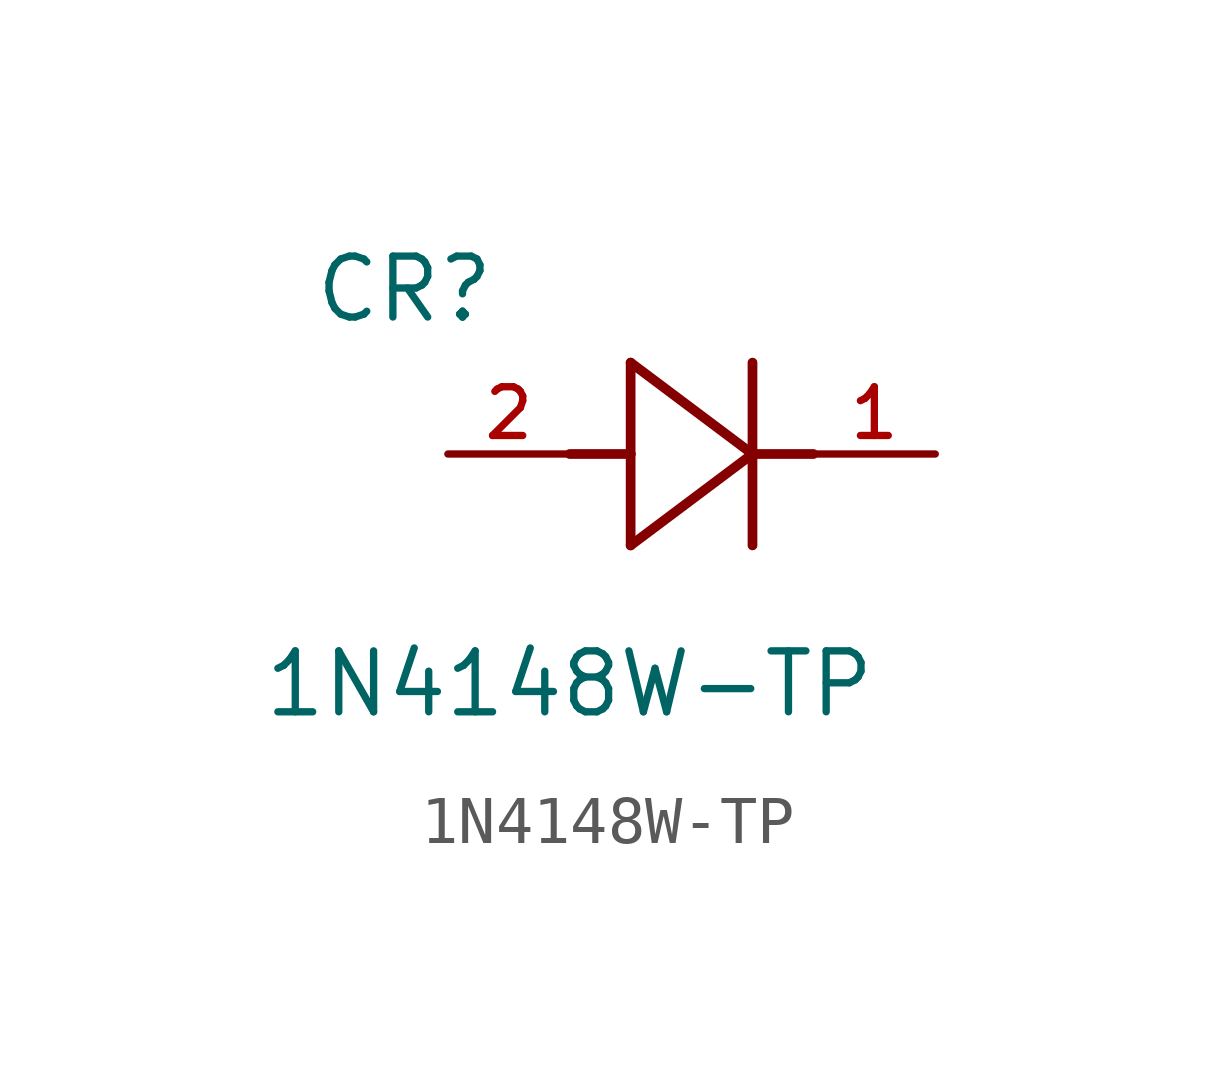
<source format=kicad_sym>
(kicad_symbol_lib
  (version 20211014)
  (generator kicad_symbol_editor)
  (symbol "1N4148W-TP"
    (pin_names
      (offset 1.016))
    (property "Reference" "CR"
      (at -2.819 2.692 0.0)
      (effects (font (size 1.27 1.27)) (justify bottom left)))
    (property "Value" "1N4148W-TP"
      (at -3.886 -5.537 0.0)
      (effects (font (size 1.27 1.27)) (justify bottom left)))
    (symbol "1N4148W-TP_0_0"
      (polyline (pts (xy 3.81 1.905) (xy 3.81 0.0)) (stroke (width 0.203)))
      (polyline (pts (xy 3.81 0.0) (xy 3.81 -1.905)) (stroke (width 0.203)))
      (polyline (pts (xy 2.54 0.0) (xy 3.81 0.0)) (stroke (width 0.203)))
      (polyline (pts (xy 6.35 -1.905) (xy 6.35 0.0)) (stroke (width 0.203)))
      (polyline (pts (xy 6.35 0.0) (xy 6.35 1.905)) (stroke (width 0.203)))
      (polyline (pts (xy 6.35 0.0) (xy 7.62 0.0)) (stroke (width 0.203)))
      (polyline (pts (xy 6.35 0.0) (xy 3.81 1.905)) (stroke (width 0.203)))
      (polyline (pts (xy 3.81 -1.905) (xy 6.35 0.0)) (stroke (width 0.203)))
      (pin passive line (at 0.0 0.0 0) (length 2.54) (name "~" (effects (font (size 1.016 1.016)))) (number "2" (effects (font (size 1.016 1.016)))))
      (pin passive line (at 10.16 0.0 180.0) (length 2.54) (name "~" (effects (font (size 1.016 1.016)))) (number "1" (effects (font (size 1.016 1.016))))))))
</source>
